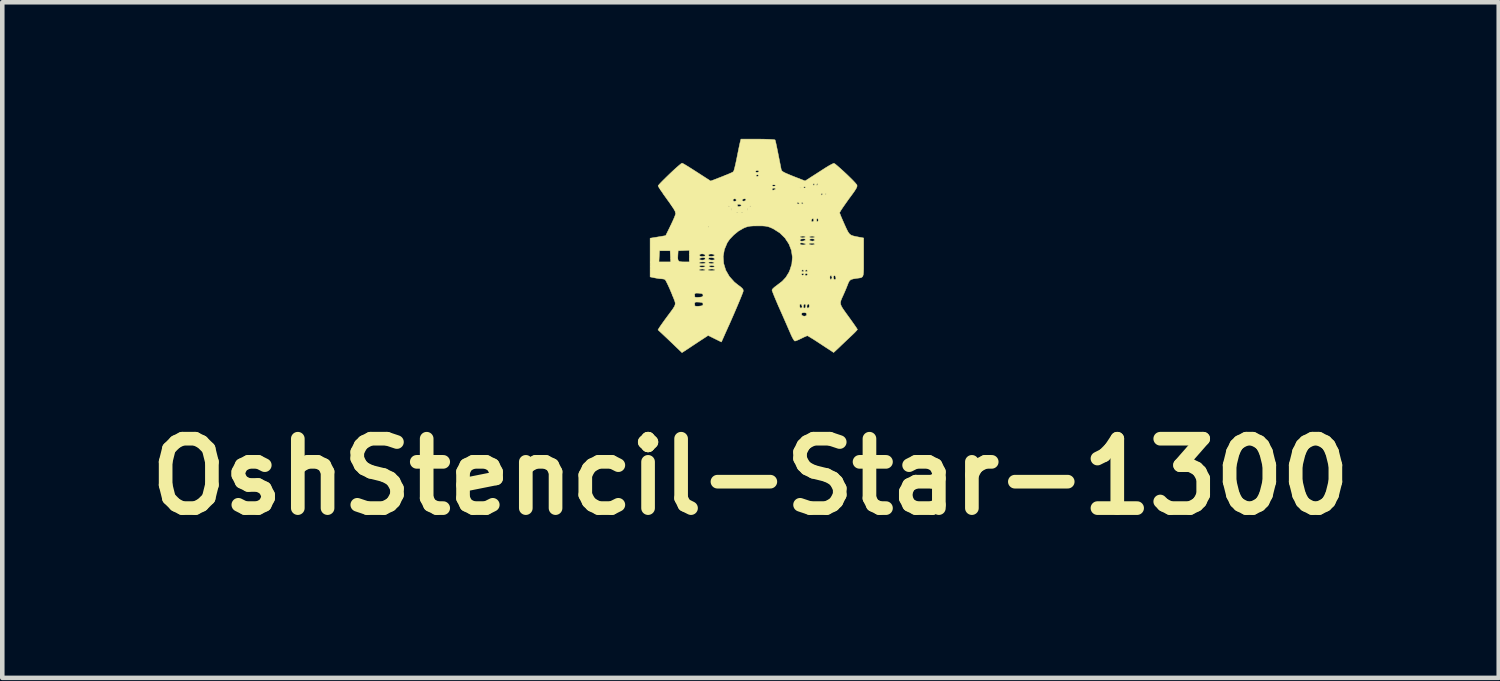
<source format=kicad_pcb>
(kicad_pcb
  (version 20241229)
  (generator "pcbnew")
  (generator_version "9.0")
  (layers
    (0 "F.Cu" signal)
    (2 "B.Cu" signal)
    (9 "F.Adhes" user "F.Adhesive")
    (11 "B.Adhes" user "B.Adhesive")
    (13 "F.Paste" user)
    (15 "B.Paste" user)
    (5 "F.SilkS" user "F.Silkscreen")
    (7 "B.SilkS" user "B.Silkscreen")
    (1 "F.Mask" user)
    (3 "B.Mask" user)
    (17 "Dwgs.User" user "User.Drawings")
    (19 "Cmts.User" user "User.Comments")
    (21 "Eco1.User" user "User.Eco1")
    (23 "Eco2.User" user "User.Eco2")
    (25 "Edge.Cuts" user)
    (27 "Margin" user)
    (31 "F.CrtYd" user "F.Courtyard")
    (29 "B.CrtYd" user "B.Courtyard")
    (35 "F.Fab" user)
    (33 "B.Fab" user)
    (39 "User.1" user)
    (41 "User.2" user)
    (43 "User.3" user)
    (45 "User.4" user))
  (footprint "OshStencil-Star-1300"
    (layer "F.Cu")
    (at 13.573 2.35)
    (property "Reference" "OshStencil-Star-1300" (at -0.14 5.07 0) (layer "F.SilkS") (effects (font (size 1.524 1.524) (thickness 0.3))))
    (attr through_hole)
    (fp_poly (pts (xy 0.135 -2.344) (xy 0.238 -2.341) (xy 0.32 -2.337) (xy 0.376 -2.333) (xy 0.399 -2.327) (xy 0.399 -2.327) (xy 0.407 -2.303) (xy 0.42 -2.247) (xy 0.437 -2.167) (xy 0.457 -2.069) (xy 0.469 -2.009) (xy 0.49 -1.903) (xy 0.509 -1.808) (xy 0.524 -1.731) (xy 0.534 -1.681) (xy 0.537 -1.668) (xy 0.549 -1.648) (xy 0.578 -1.625) (xy 0.63 -1.598) (xy 0.71 -1.564) (xy 0.803 -1.526) (xy 1.059 -1.426) (xy 1.199 -1.516) (xy 1.282 -1.569) (xy 1.38 -1.632) (xy 1.476 -1.694) (xy 1.504 -1.712) (xy 1.576 -1.756) (xy 1.638 -1.79) (xy 1.68 -1.81) (xy 1.693 -1.813) (xy 1.72 -1.797) (xy 1.767 -1.758) (xy 1.83 -1.703) (xy 1.903 -1.637) (xy 1.979 -1.566) (xy 2.052 -1.495) (xy 2.116 -1.431) (xy 2.165 -1.378) (xy 2.194 -1.343) (xy 2.199 -1.335) (xy 2.199 -1.304) (xy 2.181 -1.262) (xy 2.143 -1.201) (xy 2.106 -1.149) (xy 2.018 -1.03) (xy 1.944 -0.925) (xy 1.884 -0.839) (xy 1.842 -0.775) (xy 1.82 -0.736) (xy 1.817 -0.727) (xy 1.825 -0.704) (xy 1.845 -0.652) (xy 1.876 -0.58) (xy 1.914 -0.493) (xy 1.921 -0.477) (xy 1.965 -0.38) (xy 1.999 -0.312) (xy 2.03 -0.267) (xy 2.065 -0.238) (xy 2.111 -0.22) (xy 2.174 -0.205) (xy 2.232 -0.194) (xy 2.345 -0.173) (xy 2.345 0.254) (xy 2.345 0.396) (xy 2.345 0.503) (xy 2.342 0.581) (xy 2.336 0.635) (xy 2.324 0.67) (xy 2.304 0.69) (xy 2.276 0.701) (xy 2.237 0.707) (xy 2.188 0.713) (xy 2.111 0.726) (xy 2.063 0.742) (xy 2.033 0.768) (xy 2.009 0.811) (xy 1.996 0.846) (xy 1.967 0.919) (xy 1.93 1.007) (xy 1.9 1.075) (xy 1.868 1.145) (xy 1.846 1.199) (xy 1.836 1.243) (xy 1.84 1.285) (xy 1.859 1.332) (xy 1.896 1.391) (xy 1.951 1.469) (xy 2.012 1.553) (xy 2.076 1.642) (xy 2.132 1.721) (xy 2.175 1.783) (xy 2.201 1.823) (xy 2.208 1.836) (xy 2.195 1.854) (xy 2.159 1.893) (xy 2.108 1.943) (xy 2.085 1.965) (xy 2.011 2.035) (xy 1.925 2.116) (xy 1.843 2.194) (xy 1.825 2.212) (xy 1.686 2.342) (xy 1.406 2.158) (xy 1.313 2.097) (xy 1.232 2.045) (xy 1.166 2.005) (xy 1.124 1.98) (xy 1.109 1.973) (xy 1.085 1.982) (xy 1.036 2.003) (xy 0.977 2.032) (xy 0.914 2.062) (xy 0.862 2.083) (xy 0.835 2.091) (xy 0.816 2.074) (xy 0.788 2.029) (xy 0.756 1.965) (xy 0.745 1.939) (xy 0.717 1.875) (xy 0.677 1.783) (xy 0.628 1.671) (xy 0.574 1.548) (xy 0.549 1.491) (xy 0.977 1.491) (xy 0.989 1.528) (xy 1.029 1.543) (xy 1.049 1.544) (xy 1.085 1.533) (xy 1.094 1.504) (xy 1.085 1.476) (xy 1.051 1.466) (xy 1.036 1.465) (xy 0.991 1.473) (xy 0.977 1.491) (xy 0.549 1.491) (xy 0.518 1.421) (xy 0.506 1.394) (xy 0.472 1.317) (xy 0.938 1.317) (xy 0.948 1.358) (xy 0.969 1.368) (xy 0.992 1.353) (xy 0.993 1.325) (xy 1.02 1.325) (xy 1.025 1.361) (xy 1.044 1.368) (xy 1.069 1.351) (xy 1.073 1.325) (xy 1.098 1.325) (xy 1.103 1.361) (xy 1.122 1.368) (xy 1.147 1.351) (xy 1.153 1.317) (xy 1.144 1.281) (xy 1.124 1.276) (xy 1.104 1.3) (xy 1.098 1.325) (xy 1.073 1.325) (xy 1.075 1.317) (xy 1.066 1.281) (xy 1.046 1.276) (xy 1.026 1.3) (xy 1.02 1.325) (xy 0.993 1.325) (xy 0.978 1.286) (xy 0.957 1.275) (xy 0.941 1.294) (xy 0.938 1.317) (xy 0.472 1.317) (xy 0.455 1.278) (xy 0.41 1.172) (xy 0.373 1.083) (xy 0.347 1.016) (xy 0.333 0.977) (xy 0.332 0.97) (xy 0.347 0.944) (xy 0.387 0.906) (xy 0.444 0.864) (xy 0.447 0.861) (xy 0.556 0.778) (xy 0.634 0.694) (xy 1.602 0.694) (xy 1.61 0.732) (xy 1.627 0.738) (xy 1.647 0.714) (xy 1.651 0.694) (xy 1.65 0.692) (xy 1.68 0.692) (xy 1.691 0.733) (xy 1.711 0.742) (xy 1.734 0.728) (xy 1.735 0.7) (xy 1.721 0.661) (xy 1.7 0.65) (xy 1.683 0.668) (xy 1.68 0.692) (xy 1.65 0.692) (xy 1.639 0.659) (xy 1.627 0.65) (xy 1.608 0.659) (xy 1.602 0.694) (xy 0.634 0.694) (xy 0.637 0.691) (xy 0.677 0.625) (xy 0.977 0.625) (xy 0.993 0.643) (xy 1.006 0.645) (xy 1.032 0.634) (xy 1.036 0.625) (xy 1.029 0.618) (xy 1.057 0.618) (xy 1.062 0.645) (xy 1.068 0.651) (xy 1.092 0.655) (xy 1.112 0.635) (xy 1.114 0.624) (xy 1.098 0.608) (xy 1.084 0.606) (xy 1.057 0.618) (xy 1.029 0.618) (xy 1.02 0.608) (xy 1.006 0.606) (xy 0.98 0.616) (xy 0.977 0.625) (xy 0.677 0.625) (xy 0.7 0.588) (xy 0.718 0.551) (xy 0.72 0.546) (xy 0.981 0.546) (xy 0.99 0.563) (xy 1.006 0.567) (xy 1.031 0.557) (xy 1.032 0.546) (xy 1.059 0.546) (xy 1.068 0.563) (xy 1.084 0.567) (xy 1.109 0.557) (xy 1.11 0.546) (xy 1.09 0.525) (xy 1.084 0.525) (xy 1.061 0.54) (xy 1.059 0.546) (xy 1.032 0.546) (xy 1.012 0.525) (xy 1.006 0.525) (xy 0.983 0.54) (xy 0.981 0.546) (xy 0.72 0.546) (xy 0.767 0.4) (xy 0.78 0.248) (xy 0.758 0.098) (xy 0.703 -0.044) (xy 0.694 -0.058) (xy 0.947 -0.058) (xy 0.95 -0.034) (xy 0.951 -0.032) (xy 0.978 -0.022) (xy 1.02 -0.02) (xy 1.058 -0.025) (xy 1.075 -0.037) (xy 1.075 -0.037) (xy 1.072 -0.039) (xy 1.143 -0.039) (xy 1.167 -0.025) (xy 1.206 -0.02) (xy 1.244 -0.023) (xy 1.266 -0.034) (xy 1.266 -0.041) (xy 1.249 -0.06) (xy 1.245 -0.06) (xy 1.216 -0.059) (xy 1.181 -0.059) (xy 1.148 -0.052) (xy 1.143 -0.039) (xy 1.072 -0.039) (xy 1.058 -0.051) (xy 1.02 -0.062) (xy 0.978 -0.066) (xy 0.95 -0.061) (xy 0.947 -0.058) (xy 0.694 -0.058) (xy 0.644 -0.132) (xy 0.945 -0.132) (xy 0.95 -0.112) (xy 0.98 -0.103) (xy 1.023 -0.107) (xy 1.06 -0.121) (xy 1.07 -0.132) (xy 1.069 -0.133) (xy 1.152 -0.133) (xy 1.168 -0.115) (xy 1.177 -0.111) (xy 1.224 -0.104) (xy 1.259 -0.113) (xy 1.27 -0.131) (xy 1.253 -0.15) (xy 1.211 -0.156) (xy 1.168 -0.149) (xy 1.152 -0.133) (xy 1.069 -0.133) (xy 1.06 -0.151) (xy 1.019 -0.156) (xy 0.97 -0.15) (xy 0.945 -0.132) (xy 0.644 -0.132) (xy 0.618 -0.173) (xy 0.592 -0.198) (xy 0.946 -0.198) (xy 0.948 -0.195) (xy 0.975 -0.18) (xy 1.006 -0.176) (xy 1.047 -0.183) (xy 1.065 -0.195) (xy 1.153 -0.195) (xy 1.17 -0.182) (xy 1.211 -0.176) (xy 1.211 -0.176) (xy 1.253 -0.182) (xy 1.27 -0.195) (xy 1.27 -0.195) (xy 1.253 -0.209) (xy 1.212 -0.215) (xy 1.211 -0.215) (xy 1.17 -0.209) (xy 1.153 -0.196) (xy 1.153 -0.195) (xy 1.065 -0.195) (xy 1.057 -0.209) (xy 1.017 -0.215) (xy 1.006 -0.215) (xy 0.961 -0.21) (xy 0.946 -0.198) (xy 0.592 -0.198) (xy 0.503 -0.285) (xy 0.362 -0.374) (xy 0.352 -0.379) (xy 0.291 -0.407) (xy 0.239 -0.424) (xy 0.185 -0.434) (xy 0.117 -0.439) (xy 0.022 -0.439) (xy 0.02 -0.439) (xy -0.078 -0.438) (xy -0.149 -0.433) (xy -0.204 -0.423) (xy -0.256 -0.405) (xy -0.297 -0.387) (xy -0.404 -0.325) (xy -0.507 -0.241) (xy -0.596 -0.148) (xy -0.651 -0.069) (xy -0.714 0.081) (xy -0.74 0.234) (xy -0.729 0.386) (xy -0.684 0.534) (xy -0.605 0.671) (xy -0.494 0.795) (xy -0.419 0.855) (xy -0.355 0.903) (xy -0.317 0.938) (xy -0.301 0.965) (xy -0.3 0.992) (xy -0.3 0.997) (xy -0.311 1.029) (xy -0.335 1.091) (xy -0.37 1.177) (xy -0.413 1.28) (xy -0.462 1.395) (xy -0.514 1.516) (xy -0.567 1.637) (xy -0.618 1.752) (xy -0.626 1.768) (xy -0.652 1.827) (xy -0.687 1.904) (xy -0.72 1.979) (xy -0.779 2.111) (xy -0.925 2.039) (xy -1.07 1.967) (xy -1.175 2.036) (xy -1.237 2.076) (xy -1.319 2.13) (xy -1.408 2.189) (xy -1.462 2.225) (xy -1.645 2.345) (xy -1.804 2.192) (xy -1.882 2.117) (xy -1.962 2.041) (xy -2.034 1.973) (xy -2.068 1.941) (xy -2.172 1.844) (xy -2.136 1.786) (xy -2.11 1.748) (xy -2.067 1.687) (xy -2.013 1.612) (xy -1.962 1.543) (xy -1.892 1.449) (xy -1.842 1.38) (xy -1.811 1.329) (xy -1.795 1.29) (xy -1.795 1.28) (xy -1.368 1.28) (xy -1.365 1.31) (xy -1.35 1.324) (xy -1.313 1.327) (xy -1.275 1.325) (xy -1.218 1.318) (xy -1.19 1.306) (xy -1.182 1.283) (xy -1.182 1.28) (xy -1.188 1.255) (xy -1.214 1.242) (xy -1.267 1.235) (xy -1.275 1.235) (xy -1.331 1.233) (xy -1.358 1.239) (xy -1.367 1.259) (xy -1.368 1.28) (xy -1.795 1.28) (xy -1.793 1.255) (xy -1.802 1.219) (xy -1.819 1.174) (xy -1.824 1.16) (xy -1.855 1.084) (xy -1.368 1.084) (xy -1.365 1.115) (xy -1.35 1.129) (xy -1.313 1.131) (xy -1.275 1.129) (xy -1.218 1.123) (xy -1.19 1.111) (xy -1.182 1.088) (xy -1.182 1.084) (xy -1.188 1.06) (xy -1.214 1.047) (xy -1.267 1.04) (xy -1.275 1.039) (xy -1.331 1.037) (xy -1.358 1.044) (xy -1.367 1.064) (xy -1.368 1.084) (xy -1.855 1.084) (xy -1.872 1.042) (xy -1.917 0.936) (xy -1.958 0.847) (xy -1.991 0.781) (xy -2.014 0.743) (xy -2.02 0.738) (xy -2.055 0.727) (xy -2.095 0.723) (xy -2.145 0.719) (xy -2.213 0.708) (xy -2.246 0.702) (xy -2.345 0.681) (xy -2.345 0.528) (xy -1.27 0.528) (xy -1.253 0.54) (xy -1.211 0.547) (xy -1.202 0.547) (xy -1.156 0.542) (xy -1.134 0.53) (xy -1.133 0.528) (xy -1.075 0.528) (xy -1.057 0.54) (xy -1.014 0.547) (xy -0.996 0.547) (xy -0.948 0.543) (xy -0.92 0.532) (xy -0.918 0.528) (xy -0.936 0.515) (xy -0.979 0.508) (xy -0.996 0.508) (xy -1.045 0.512) (xy -1.073 0.523) (xy -1.075 0.528) (xy -1.133 0.528) (xy -1.15 0.515) (xy -1.193 0.508) (xy -1.202 0.508) (xy -1.247 0.513) (xy -1.269 0.525) (xy -1.27 0.528) (xy -2.345 0.528) (xy -2.345 0.449) (xy -1.27 0.449) (xy -1.253 0.462) (xy -1.211 0.469) (xy -1.202 0.469) (xy -1.156 0.464) (xy -1.134 0.452) (xy -1.133 0.449) (xy -1.055 0.449) (xy -1.038 0.462) (xy -0.996 0.469) (xy -0.986 0.469) (xy -0.941 0.464) (xy -0.927 0.452) (xy -0.928 0.449) (xy -0.954 0.435) (xy -0.998 0.43) (xy -1.038 0.436) (xy -1.055 0.449) (xy -1.133 0.449) (xy -1.15 0.436) (xy -1.193 0.43) (xy -1.202 0.43) (xy -1.247 0.435) (xy -1.269 0.447) (xy -1.27 0.449) (xy -2.345 0.449) (xy -2.345 0.371) (xy -1.27 0.371) (xy -1.253 0.384) (xy -1.211 0.391) (xy -1.203 0.391) (xy -1.154 0.386) (xy -1.125 0.373) (xy -1.123 0.371) (xy -1.125 0.369) (xy -1.066 0.369) (xy -1.065 0.371) (xy -1.038 0.385) (xy -0.995 0.391) (xy -0.955 0.385) (xy -0.938 0.371) (xy -0.955 0.358) (xy -0.997 0.352) (xy -1.007 0.352) (xy -1.052 0.356) (xy -1.066 0.369) (xy -1.125 0.369) (xy -1.132 0.358) (xy -1.174 0.352) (xy -1.191 0.352) (xy -1.24 0.356) (xy -1.268 0.367) (xy -1.27 0.371) (xy -2.345 0.371) (xy -2.345 0.352) (xy -2.151 0.352) (xy -1.893 0.352) (xy -1.897 0.278) (xy -1.738 0.278) (xy -1.728 0.322) (xy -1.7 0.344) (xy -1.646 0.351) (xy -1.603 0.352) (xy -1.485 0.352) (xy -1.485 0.288) (xy -1.266 0.288) (xy -1.252 0.305) (xy -1.205 0.313) (xy -1.203 0.313) (xy -1.153 0.307) (xy -1.134 0.288) (xy -1.133 0.282) (xy -1.135 0.279) (xy -1.069 0.279) (xy -1.058 0.297) (xy -1.022 0.309) (xy -0.984 0.313) (xy -0.935 0.307) (xy -0.923 0.29) (xy -0.923 0.288) (xy -0.948 0.266) (xy -0.994 0.256) (xy -1.042 0.26) (xy -1.048 0.262) (xy -1.069 0.279) (xy -1.135 0.279) (xy -1.145 0.261) (xy -1.183 0.257) (xy -1.195 0.258) (xy -1.246 0.27) (xy -1.266 0.288) (xy -1.485 0.288) (xy -1.485 0.218) (xy -1.259 0.218) (xy -1.224 0.232) (xy -1.189 0.234) (xy -1.144 0.225) (xy -1.133 0.205) (xy -1.134 0.204) (xy -1.067 0.204) (xy -1.064 0.216) (xy -1.039 0.228) (xy -0.997 0.231) (xy -0.955 0.224) (xy -0.93 0.211) (xy -0.928 0.205) (xy -0.945 0.188) (xy -0.984 0.178) (xy -1.029 0.179) (xy -1.048 0.184) (xy -1.067 0.204) (xy -1.134 0.204) (xy -1.15 0.186) (xy -1.187 0.176) (xy -1.229 0.177) (xy -1.257 0.191) (xy -1.259 0.193) (xy -1.259 0.218) (xy -1.485 0.218) (xy -1.485 0.096) (xy -1.607 0.102) (xy -1.729 0.107) (xy -1.735 0.203) (xy -1.738 0.278) (xy -1.897 0.278) (xy -1.899 0.23) (xy -1.905 0.107) (xy -2.139 0.107) (xy -2.145 0.23) (xy -2.151 0.352) (xy -2.345 0.352) (xy -2.345 -0.168) (xy -2.174 -0.196) (xy -2.003 -0.225) (xy -1.907 -0.42) (xy -1.075 -0.42) (xy -1.065 -0.41) (xy -1.055 -0.42) (xy -1.065 -0.43) (xy -1.075 -0.42) (xy -1.907 -0.42) (xy -1.899 -0.436) (xy -1.858 -0.523) (xy -1.841 -0.56) (xy 1.195 -0.56) (xy 1.204 -0.532) (xy 1.22 -0.528) (xy 1.245 -0.544) (xy 1.25 -0.567) (xy 1.309 -0.567) (xy 1.317 -0.535) (xy 1.329 -0.528) (xy 1.344 -0.544) (xy 1.348 -0.567) (xy 1.34 -0.598) (xy 1.329 -0.606) (xy 1.313 -0.589) (xy 1.309 -0.567) (xy 1.25 -0.567) (xy 1.25 -0.568) (xy 1.24 -0.597) (xy 1.218 -0.598) (xy 1.199 -0.572) (xy 1.195 -0.56) (xy -1.841 -0.56) (xy -1.822 -0.603) (xy -1.797 -0.665) (xy -1.786 -0.7) (xy -1.785 -0.724) (xy -1.789 -0.736) (xy -0.443 -0.736) (xy -0.44 -0.724) (xy -0.43 -0.723) (xy -0.414 -0.73) (xy -0.417 -0.736) (xy -0.345 -0.736) (xy -0.342 -0.724) (xy -0.332 -0.723) (xy -0.316 -0.73) (xy -0.319 -0.736) (xy -0.342 -0.738) (xy -0.345 -0.736) (xy -0.417 -0.736) (xy -0.44 -0.738) (xy -0.443 -0.736) (xy -1.789 -0.736) (xy -1.795 -0.756) (xy -1.818 -0.799) (xy -1.819 -0.801) (xy -0.567 -0.801) (xy -0.559 -0.785) (xy -0.554 -0.788) (xy -0.552 -0.801) (xy -0.215 -0.801) (xy -0.208 -0.785) (xy -0.202 -0.788) (xy -0.2 -0.811) (xy -0.202 -0.814) (xy -0.214 -0.811) (xy -0.215 -0.801) (xy -0.552 -0.801) (xy -0.551 -0.811) (xy -0.554 -0.814) (xy -0.565 -0.811) (xy -0.567 -0.801) (xy -1.819 -0.801) (xy -1.857 -0.86) (xy -1.863 -0.869) (xy -0.625 -0.869) (xy -0.615 -0.86) (xy -0.606 -0.869) (xy -0.615 -0.879) (xy -0.625 -0.869) (xy -1.863 -0.869) (xy -1.877 -0.889) (xy -0.43 -0.889) (xy -0.416 -0.865) (xy -0.386 -0.863) (xy -0.368 -0.869) (xy -0.156 -0.869) (xy -0.147 -0.86) (xy -0.137 -0.869) (xy -0.147 -0.879) (xy -0.156 -0.869) (xy -0.368 -0.869) (xy -0.352 -0.875) (xy -0.342 -0.889) (xy -0.359 -0.907) (xy -0.386 -0.915) (xy -0.422 -0.91) (xy -0.43 -0.889) (xy -1.877 -0.889) (xy -1.911 -0.938) (xy 0.879 -0.938) (xy 0.895 -0.921) (xy 0.91 -0.918) (xy 0.93 -0.928) (xy 0.928 -0.938) (xy 0.977 -0.938) (xy 0.992 -0.919) (xy 0.996 -0.918) (xy 1.015 -0.933) (xy 1.016 -0.938) (xy 1.001 -0.957) (xy 0.996 -0.957) (xy 0.977 -0.943) (xy 0.977 -0.938) (xy 0.928 -0.938) (xy 0.903 -0.957) (xy 0.898 -0.957) (xy 0.88 -0.942) (xy 0.879 -0.938) (xy -1.911 -0.938) (xy -1.914 -0.943) (xy -1.96 -1.006) (xy -0.528 -1.006) (xy -0.511 -0.982) (xy -0.488 -0.977) (xy -0.457 -0.989) (xy -0.45 -1.005) (xy -0.326 -1.005) (xy -0.318 -0.989) (xy -0.286 -0.98) (xy -0.252 -0.994) (xy -0.239 -1.011) (xy -0.248 -1.031) (xy -0.271 -1.036) (xy -0.31 -1.026) (xy -0.326 -1.005) (xy -0.45 -1.005) (xy -0.449 -1.006) (xy -0.466 -1.03) (xy -0.488 -1.036) (xy -0.52 -1.023) (xy -0.528 -1.006) (xy -1.96 -1.006) (xy -1.972 -1.023) (xy -2.037 -1.113) (xy -2.05 -1.133) (xy 1.407 -1.133) (xy 1.422 -1.114) (xy 1.426 -1.114) (xy 1.445 -1.129) (xy 1.446 -1.133) (xy 1.504 -1.133) (xy 1.512 -1.117) (xy 1.517 -1.12) (xy 1.52 -1.143) (xy 1.517 -1.146) (xy 1.506 -1.144) (xy 1.504 -1.133) (xy 1.446 -1.133) (xy 1.431 -1.152) (xy 1.426 -1.153) (xy 1.407 -1.138) (xy 1.407 -1.133) (xy -2.05 -1.133) (xy -2.092 -1.194) (xy -2.125 -1.243) (xy 0.332 -1.243) (xy 0.347 -1.223) (xy 0.371 -1.225) (xy 0.403 -1.241) (xy 0.41 -1.253) (xy 0.394 -1.267) (xy 0.371 -1.27) (xy 0.34 -1.259) (xy 0.332 -1.243) (xy -2.125 -1.243) (xy -2.136 -1.259) (xy -2.15 -1.283) (xy 0.944 -1.283) (xy 0.947 -1.271) (xy 0.957 -1.27) (xy 0.973 -1.277) (xy 0.97 -1.283) (xy 0.947 -1.285) (xy 0.944 -1.283) (xy -2.15 -1.283) (xy -2.155 -1.29) (xy 1.026 -1.29) (xy 1.03 -1.273) (xy 1.044 -1.27) (xy 1.071 -1.275) (xy 1.075 -1.279) (xy 1.06 -1.297) (xy 1.035 -1.297) (xy 1.026 -1.29) (xy -2.155 -1.29) (xy -2.162 -1.302) (xy -2.169 -1.318) (xy -2.162 -1.329) (xy 0.332 -1.329) (xy 0.349 -1.313) (xy 0.371 -1.309) (xy 0.403 -1.317) (xy 0.41 -1.329) (xy 0.394 -1.344) (xy 0.371 -1.348) (xy 1.231 -1.348) (xy 1.246 -1.329) (xy 1.25 -1.329) (xy 1.269 -1.343) (xy 1.27 -1.348) (xy 1.309 -1.348) (xy 1.316 -1.329) (xy 1.318 -1.329) (xy 1.334 -1.342) (xy 1.338 -1.348) (xy 1.337 -1.366) (xy 1.33 -1.368) (xy 1.31 -1.354) (xy 1.309 -1.348) (xy 1.27 -1.348) (xy 1.255 -1.367) (xy 1.25 -1.368) (xy 1.231 -1.353) (xy 1.231 -1.348) (xy 0.371 -1.348) (xy 0.339 -1.34) (xy 0.332 -1.329) (xy -2.162 -1.329) (xy -2.155 -1.338) (xy -2.118 -1.38) (xy -2.063 -1.436) (xy -1.995 -1.503) (xy -1.921 -1.575) (xy -1.846 -1.646) (xy -1.775 -1.711) (xy -1.714 -1.764) (xy -1.668 -1.802) (xy -1.644 -1.817) (xy -1.643 -1.817) (xy -1.621 -1.807) (xy -1.572 -1.779) (xy -1.501 -1.736) (xy -1.414 -1.681) (xy -1.319 -1.62) (xy -1.015 -1.424) (xy -0.776 -1.516) (xy -0.706 -1.544) (xy -0.02 -1.544) (xy -0.004 -1.526) (xy 0.01 -1.524) (xy 0.036 -1.535) (xy 0.039 -1.544) (xy 0.023 -1.561) (xy 0.01 -1.563) (xy -0.016 -1.553) (xy -0.02 -1.544) (xy -0.706 -1.544) (xy -0.685 -1.552) (xy -0.606 -1.585) (xy -0.548 -1.611) (xy -0.517 -1.628) (xy -0.516 -1.629) (xy -0.513 -1.635) (xy -0.033 -1.635) (xy -0.031 -1.624) (xy -0.005 -1.614) (xy 0.021 -1.616) (xy 0.047 -1.631) (xy 0.042 -1.646) (xy 0.015 -1.657) (xy -0.016 -1.651) (xy -0.033 -1.635) (xy -0.513 -1.635) (xy -0.504 -1.656) (xy -0.488 -1.713) (xy -0.469 -1.793) (xy -0.448 -1.889) (xy -0.441 -1.925) (xy -0.42 -2.03) (xy -0.4 -2.128) (xy -0.383 -2.209) (xy -0.371 -2.263) (xy -0.369 -2.271) (xy -0.35 -2.345) (xy 0.019 -2.345) (xy 0.135 -2.344)) (stroke (width 0.01) (type solid)) (fill yes) (layer "F.SilkS")))
  (gr_rect
    (start -3 -3)
    (end 29.866 11.838)
    (stroke (width 0.1) (type default))
    (fill no)
    (layer "Edge.Cuts")))
</source>
